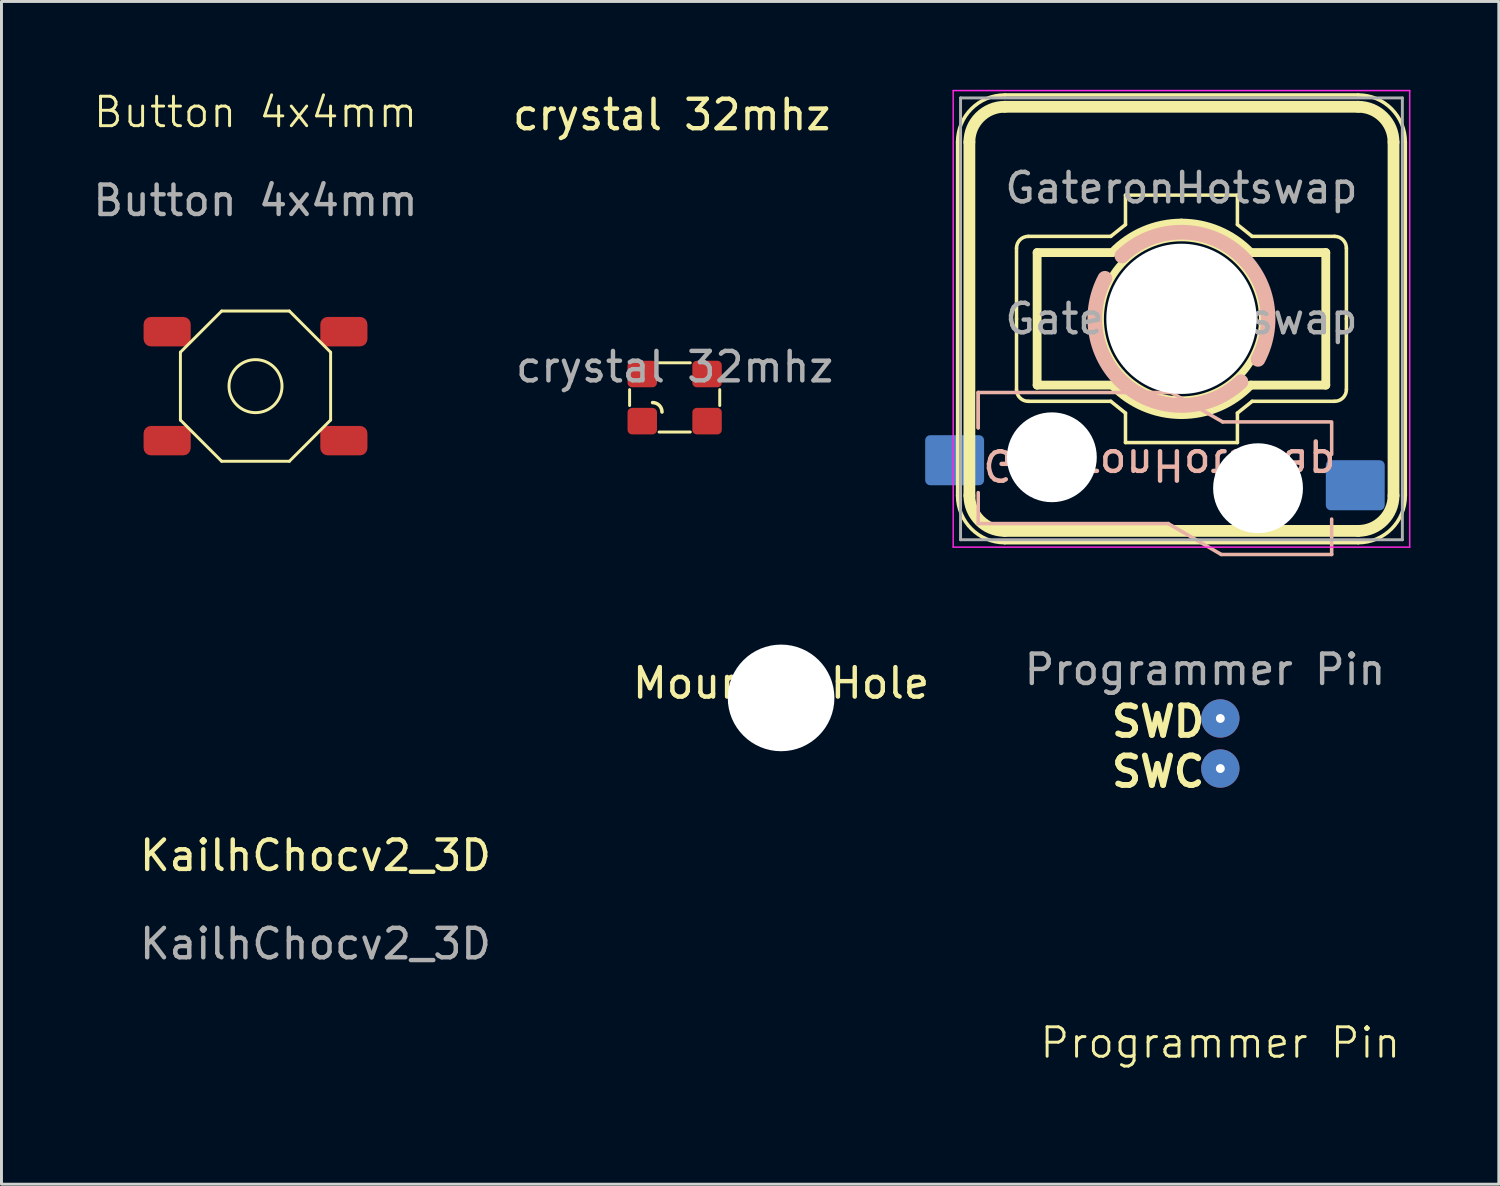
<source format=kicad_pcb>
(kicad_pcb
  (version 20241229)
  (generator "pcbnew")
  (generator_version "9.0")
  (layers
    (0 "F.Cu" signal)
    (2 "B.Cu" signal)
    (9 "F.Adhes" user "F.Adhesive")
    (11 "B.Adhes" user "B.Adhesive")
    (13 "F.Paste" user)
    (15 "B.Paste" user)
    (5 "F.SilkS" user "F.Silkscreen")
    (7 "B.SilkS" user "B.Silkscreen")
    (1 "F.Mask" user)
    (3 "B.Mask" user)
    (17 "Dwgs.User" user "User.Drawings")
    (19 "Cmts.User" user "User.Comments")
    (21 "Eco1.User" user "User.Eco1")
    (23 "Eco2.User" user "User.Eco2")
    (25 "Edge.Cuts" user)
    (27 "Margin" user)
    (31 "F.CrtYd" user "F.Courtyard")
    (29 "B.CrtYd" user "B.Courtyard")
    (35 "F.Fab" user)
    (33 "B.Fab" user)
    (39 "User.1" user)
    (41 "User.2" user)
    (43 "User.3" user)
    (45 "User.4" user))
  (footprint "GateronHotswap"
    (layer "F.Cu")
    (at 37.062 7.775)
    (property "Reference" "GateronHotswap" (at -0.75 4.95 180) (unlocked yes) (layer "B.SilkS") (effects (font (size 1 1) (thickness 0.15)) (justify mirror)))
    (attr smd)
    (fp_line (start -7.6 6) (end -7.6 -6) (stroke (width 0.12) (type solid)) (layer "F.SilkS"))
    (fp_line (start -7.2 6) (end -7.2 -6) (stroke (width 0.4) (type solid)) (layer "F.SilkS"))
    (fp_line (start -6 -7.6) (end 6 -7.6) (stroke (width 0.12) (type solid)) (layer "F.SilkS"))
    (fp_line (start -6 -7.2) (end 6 -7.2) (stroke (width 0.4) (type solid)) (layer "F.SilkS"))
    (fp_line (start -5.6 -2.4) (end -5.6 0) (stroke (width 0.12) (type solid)) (layer "F.SilkS"))
    (fp_line (start -5.6 2.4) (end -5.6 0) (stroke (width 0.12) (type solid)) (layer "F.SilkS"))
    (fp_line (start -4.9 -2.25) (end -2.347 -2.25) (stroke (width 0.3) (type solid)) (layer "F.SilkS"))
    (fp_line (start -4.9 -2.25) (end -4.9 2.25) (stroke (width 0.3) (type solid)) (layer "F.SilkS"))
    (fp_line (start -4.9 2.25) (end -2.347 2.25) (stroke (width 0.3) (type solid)) (layer "F.SilkS"))
    (fp_line (start -2.4 -2.8) (end -5.2 -2.8) (stroke (width 0.12) (type solid)) (layer "F.SilkS"))
    (fp_line (start -2.4 -2.8) (end -1.9 -3.2) (stroke (width 0.12) (type solid)) (layer "F.SilkS"))
    (fp_line (start -2.4 2.8) (end -5.2 2.8) (stroke (width 0.12) (type solid)) (layer "F.SilkS"))
    (fp_line (start -2.4 2.8) (end -1.9 3.2) (stroke (width 0.12) (type solid)) (layer "F.SilkS"))
    (fp_line (start -1.9 3.2) (end -1.9 4.2) (stroke (width 0.12) (type solid)) (layer "F.SilkS"))
    (fp_line (start -1.9 -4.2) (end 1.9 -4.2) (stroke (width 0.12) (type solid)) (layer "F.SilkS"))
    (fp_line (start -1.9 -3.2) (end -1.9 -4.2) (stroke (width 0.12) (type solid)) (layer "F.SilkS"))
    (fp_line (start 1.9 3.2) (end 1.9 4.2) (stroke (width 0.12) (type solid)) (layer "F.SilkS"))
    (fp_line (start 1.9 4.2) (end -1.9 4.2) (stroke (width 0.12) (type solid)) (layer "F.SilkS"))
    (fp_line (start 1.9 -3.2) (end 1.9 -4.2) (stroke (width 0.12) (type solid)) (layer "F.SilkS"))
    (fp_line (start 2.4 -2.8) (end 1.9 -3.2) (stroke (width 0.12) (type solid)) (layer "F.SilkS"))
    (fp_line (start 2.4 -2.8) (end 5.2 -2.8) (stroke (width 0.12) (type solid)) (layer "F.SilkS"))
    (fp_line (start 2.4 2.8) (end 1.9 3.2) (stroke (width 0.12) (type solid)) (layer "F.SilkS"))
    (fp_line (start 2.4 2.8) (end 5.2 2.8) (stroke (width 0.12) (type solid)) (layer "F.SilkS"))
    (fp_line (start 4.9 -2.25) (end 2.347 -2.25) (stroke (width 0.3) (type solid)) (layer "F.SilkS"))
    (fp_line (start 4.9 -2.25) (end 4.9 2.25) (stroke (width 0.3) (type solid)) (layer "F.SilkS"))
    (fp_line (start 4.9 2.25) (end 2.347 2.25) (stroke (width 0.3) (type solid)) (layer "F.SilkS"))
    (fp_line (start 5.6 -2.4) (end 5.6 0) (stroke (width 0.12) (type solid)) (layer "F.SilkS"))
    (fp_line (start 5.6 2.4) (end 5.6 0) (stroke (width 0.12) (type solid)) (layer "F.SilkS"))
    (fp_line (start 6 7.2) (end -6 7.2) (stroke (width 0.4) (type solid)) (layer "F.SilkS"))
    (fp_line (start 6 7.6) (end -6 7.6) (stroke (width 0.12) (type solid)) (layer "F.SilkS"))
    (fp_line (start 7.2 6) (end 7.2 -6) (stroke (width 0.4) (type solid)) (layer "F.SilkS"))
    (fp_line (start 7.6 6) (end 7.6 -6) (stroke (width 0.12) (type solid)) (layer "F.SilkS"))
    (fp_arc (start -7.6 -6.000006) (mid -7.131369 -7.131373) (end -6 -7.6) (stroke (width 0.12) (type solid)) (layer "F.SilkS"))
    (fp_arc (start -7.2 -6) (mid -6.848528 -6.848528) (end -6 -7.2) (stroke (width 0.4) (type solid)) (layer "F.SilkS"))
    (fp_arc (start -6.000006 7.6) (mid -7.131373 7.131369) (end -7.6 6) (stroke (width 0.12) (type solid)) (layer "F.SilkS"))
    (fp_arc (start -6 7.2) (mid -6.848528 6.848528) (end -7.2 6) (stroke (width 0.4) (type solid)) (layer "F.SilkS"))
    (fp_arc (start -5.599999 -2.4) (mid -5.482842 -2.682843) (end -5.199999 -2.8) (stroke (width 0.12) (type solid)) (layer "F.SilkS"))
    (fp_arc (start -5.199999 2.799999) (mid -5.482842 2.682842) (end -5.599999 2.399999) (stroke (width 0.12) (type solid)) (layer "F.SilkS"))
    (fp_arc (start -2.346551 -2.249823) (mid -1.275573 -2.990137) (end 0 -3.250847) (stroke (width 0.3) (type solid)) (layer "F.SilkS"))
    (fp_arc (start 0 -3.250847) (mid 1.275573 -2.990137) (end 2.346551 -2.249823) (stroke (width 0.3) (type solid)) (layer "F.SilkS"))
    (fp_arc (start 0 3.250847) (mid -1.275573 2.990137) (end -2.346551 2.249823) (stroke (width 0.3) (type solid)) (layer "F.SilkS"))
    (fp_arc (start 2.346551 2.249823) (mid 1.275573 2.990137) (end 0 3.250847) (stroke (width 0.3) (type solid)) (layer "F.SilkS"))
    (fp_arc (start 5.2 -2.799999) (mid 5.482843 -2.682842) (end 5.6 -2.399999) (stroke (width 0.12) (type solid)) (layer "F.SilkS"))
    (fp_arc (start 5.6 2.4) (mid 5.482843 2.682843) (end 5.2 2.8) (stroke (width 0.12) (type solid)) (layer "F.SilkS"))
    (fp_arc (start 6 -7.2) (mid 6.848528 -6.848528) (end 7.2 -6) (stroke (width 0.4) (type solid)) (layer "F.SilkS"))
    (fp_arc (start 6.000006 -7.6) (mid 7.131373 -7.131369) (end 7.6 -6) (stroke (width 0.12) (type solid)) (layer "F.SilkS"))
    (fp_arc (start 7.2 6) (mid 6.848528 6.848528) (end 6 7.2) (stroke (width 0.4) (type solid)) (layer "F.SilkS"))
    (fp_arc (start 7.6 6.000006) (mid 7.131369 7.131373) (end 6 7.6) (stroke (width 0.12) (type solid)) (layer "F.SilkS"))
    (fp_circle (center 0 0) (end 2.758 0) (stroke (width 0.25) (type solid)) (fill no) (layer "F.SilkS"))
    (fp_line (start -6.9 2.5) (end -6.9 3.7) (stroke (width 0.12) (type solid)) (layer "B.SilkS"))
    (fp_line (start -6.9 2.5) (end -0.35 2.5) (stroke (width 0.12) (type solid)) (layer "B.SilkS"))
    (fp_line (start -6.9 3.7) (end -6.9 2.5) (stroke (width 0.12) (type solid)) (layer "B.SilkS"))
    (fp_line (start -6.9 6.95) (end -6.9 5.9) (stroke (width 0.12) (type solid)) (layer "B.SilkS"))
    (fp_line (start -0.45 6.95) (end -6.9 6.95) (stroke (width 0.12) (type solid)) (layer "B.SilkS"))
    (fp_line (start -0.35 2.5) (end 1.4 3.5) (stroke (width 0.12) (type solid)) (layer "B.SilkS"))
    (fp_line (start 1.35 8) (end -0.45 6.95) (stroke (width 0.12) (type solid)) (layer "B.SilkS"))
    (fp_line (start 1.4 3.5) (end 5.1 3.5) (stroke (width 0.12) (type solid)) (layer "B.SilkS"))
    (fp_line (start 5.1 3.55) (end 5.1 4.6) (stroke (width 0.12) (type solid)) (layer "B.SilkS"))
    (fp_line (start 5.1 6.8) (end 5.1 8) (stroke (width 0.12) (type solid)) (layer "B.SilkS"))
    (fp_line (start 5.1 8) (end 1.35 8) (stroke (width 0.12) (type solid)) (layer "B.SilkS"))
    (fp_arc (start -2.021169 -2.136505) (mid 1.77975 -2.341424) (end 2.599465 1.375704) (stroke (width 0.5) (type solid)) (layer "B.SilkS"))
    (fp_arc (start 2.021175 2.136503) (mid -1.779744 2.341422) (end -2.599459 -1.375706) (stroke (width 0.5) (type solid)) (layer "B.SilkS"))
    (fp_line (start -7.25 -7.25) (end -7.25 7.25) (stroke (width 0.1) (type solid)) (layer "Eco1.User"))
    (fp_line (start -7.25 7.25) (end 7.25 7.25) (stroke (width 0.1) (type solid)) (layer "Eco1.User"))
    (fp_line (start 7.25 -7.25) (end -7.25 -7.25) (stroke (width 0.1) (type solid)) (layer "Eco1.User"))
    (fp_line (start 7.25 7.25) (end 7.25 -7.25) (stroke (width 0.1) (type solid)) (layer "Eco1.User"))
    (fp_line (start -7.75 -7.75) (end -7.75 7.75) (stroke (width 0.05) (type solid)) (layer "F.CrtYd"))
    (fp_line (start -7.75 7.75) (end 7.75 7.75) (stroke (width 0.05) (type solid)) (layer "F.CrtYd"))
    (fp_line (start 7.75 -7.75) (end -7.75 -7.75) (stroke (width 0.05) (type solid)) (layer "F.CrtYd"))
    (fp_line (start 7.75 7.75) (end 7.75 -7.75) (stroke (width 0.05) (type solid)) (layer "F.CrtYd"))
    (fp_line (start -7.5 -7.5) (end -7.5 7.5) (stroke (width 0.1) (type solid)) (layer "F.Fab"))
    (fp_line (start -7.5 7.5) (end 7.5 7.5) (stroke (width 0.1) (type solid)) (layer "F.Fab"))
    (fp_line (start 7.5 -7.5) (end -7.5 -7.5) (stroke (width 0.1) (type solid)) (layer "F.Fab"))
    (fp_line (start 7.5 7.5) (end 7.5 -7.5) (stroke (width 0.1) (type solid)) (layer "F.Fab"))
    (fp_text user "${REFERENCE}" (at 0 -4.445 0) (unlocked yes) (layer "F.Fab") (effects (font (size 1 1) (thickness 0.15))))
    (fp_text user "${REFERENCE}" (at 0.000006 -0.000002 0) (layer "F.Fab") (effects (font (size 1 1) (thickness 0.15))))
    (pad "" np_thru_hole circle (at -4.4 4.7 180) (size 3.05 3.05) (drill 3.05) (layers "*.Cu" "*.Mask"))
    (pad "" np_thru_hole circle (at 0 0 180) (size 5.1 5.1) (drill 5.1) (layers "*.Cu" "*.Mask"))
    (pad "" np_thru_hole circle (at 2.6 5.75) (size 3.05 3.05) (drill 3.05) (layers "*.Cu" "*.Mask"))
    (pad "1" smd roundrect (at 5.901 5.65 180) (size 2 1.7) (layers "B.Cu" "B.Mask" "B.Paste") (roundrect_rratio 0.1))
    (pad "2" smd roundrect (at -7.701 4.8) (size 2 1.7) (layers "B.Cu" "B.Mask" "B.Paste") (roundrect_rratio 0.1)))
  (footprint "crystal 32mhz"
    (layer "F.Cu")
    (at 19.856 10.448)
    (property "Reference" "crystal 32mhz" (at -0.1 -9.6 0) (unlocked yes) (layer "F.SilkS") (effects (font (size 1 1) (thickness 0.15))))
    (attr smd)
    (fp_line (start -1.53 0.27) (end -1.53 -0.27) (stroke (width 0.1) (type solid)) (layer "F.SilkS"))
    (fp_line (start 0.53 -1.18) (end -0.53 -1.18) (stroke (width 0.1) (type solid)) (layer "F.SilkS"))
    (fp_line (start 0.53 1.17) (end -0.53 1.17) (stroke (width 0.1) (type solid)) (layer "F.SilkS"))
    (fp_line (start 1.53 0.27) (end 1.53 -0.27) (stroke (width 0.1) (type solid)) (layer "F.SilkS"))
    (fp_arc (start -0.75 0.17) (mid -0.523726 0.263726) (end -0.43 0.49) (stroke (width 0.12) (type solid)) (layer "F.SilkS"))
    (fp_text user "${REFERENCE}" (at 0 -1.04 0) (unlocked yes) (layer "F.Fab") (effects (font (size 1 1) (thickness 0.15))))
    (pad "1" smd roundrect (at -1.1 0.8) (size 1 0.9) (layers "F.Cu" "F.Mask" "F.Paste") (roundrect_rratio 0.167))
    (pad "2" smd roundrect (at 1.1 0.8) (size 1 0.9) (layers "F.Cu" "F.Mask" "F.Paste") (roundrect_rratio 0.167))
    (pad "3" smd roundrect (at 1.1 -0.8) (size 1 0.9) (layers "F.Cu" "F.Mask" "F.Paste") (roundrect_rratio 0.167))
    (pad "4" smd roundrect (at -1.1 -0.8) (size 1 0.9) (layers "F.Cu" "F.Mask" "F.Paste") (roundrect_rratio 0.167)))
  (footprint "MountingHole"
    (layer "F.Cu")
    (at 23.469 20.645)
    (property "Reference" "MountingHole" (at 0 -0.5 0) (unlocked yes) (layer "F.SilkS") (effects (font (size 1 1) (thickness 0.15))))
    (attr through_hole)
    (pad "" np_thru_hole circle (at 0 0) (size 3.62 3.62) (drill 3.62) (layers "*.Cu" "*.Mask")))
  (footprint "Programmer Pin"
    (layer "F.Cu")
    (at 38.382 22.193)
    (property "Reference" "Programmer Pin" (at 0 10.16 0) (unlocked yes) (layer "F.SilkS") (effects (font (size 1 1) (thickness 0.1))))
    (attr smd)
    (fp_text user "SWC" (at -3.79 1.54 0) (unlocked yes) (layer "F.SilkS") (effects (font (size 1 1) (thickness 0.2) (bold yes)) (justify left bottom)))
    (fp_text user "SWD" (at -3.79 -0.16 0) (unlocked yes) (layer "F.SilkS") (effects (font (size 1 1) (thickness 0.2) (bold yes)) (justify left bottom)))
    (fp_text user "${REFERENCE}" (at -0.52 -2.51 0) (unlocked yes) (layer "F.Fab") (effects (font (size 1 1) (thickness 0.15))))
    (pad "1" thru_hole circle (at 0 -0.85) (size 1.3 1.3) (drill 0.3) (layers "*.Cu" "*.Mask"))
    (pad "2" thru_hole circle (at 0 0.85) (size 1.3 1.3) (drill 0.3) (layers "*.Cu" "*.Mask")))
  (footprint "KailhChocv2_3D"
    (layer "F.Cu")
    (at 7.661 26.496)
    (property "Reference" "KailhChocv2_3D" (at 0 -0.5 0) (unlocked yes) (layer "F.SilkS") (effects (font (size 1 1) (thickness 0.15))))
    (fp_line (start -7.601 -6.101) (end -7.601 6.099) (stroke (width 0.12) (type solid)) (layer "User.1"))
    (fp_line (start -6.101 -7.601) (end 6.099 -7.601) (stroke (width 0.12) (type solid)) (layer "User.1"))
    (fp_line (start 6.099 7.599) (end -6.101 7.599) (stroke (width 0.12) (type solid)) (layer "User.1"))
    (fp_line (start 7.599 -6.101) (end 7.599 6.099) (stroke (width 0.12) (type solid)) (layer "User.1"))
    (fp_arc (start -7.600541 -6.100706) (mid -7.161201 -7.161366) (end -6.100541 -7.600706) (stroke (width 0.12) (type solid)) (layer "User.1"))
    (fp_arc (start -6.100541 7.599294) (mid -7.161201 7.159954) (end -7.600541 6.099294) (stroke (width 0.12) (type solid)) (layer "User.1"))
    (fp_arc (start 6.099459 -7.600706) (mid 7.160119 -7.161366) (end 7.599459 -6.100706) (stroke (width 0.12) (type solid)) (layer "User.1"))
    (fp_arc (start 7.599459 6.099294) (mid 7.160116 7.159951) (end 6.099459 7.599294) (stroke (width 0.12) (type solid)) (layer "User.1"))
    (fp_circle (center -5.291 -5.25) (end -4.541 -5) (stroke (width 0.12) (type solid)) (fill no) (layer "User.1"))
    (fp_text user "${REFERENCE}" (at 0 2.5 0) (unlocked yes) (layer "F.Fab") (effects (font (size 1 1) (thickness 0.15)))))
  (footprint "Button 4x4mm"
    (layer "F.Cu")
    (at 5.625 10.06)
    (property "Reference" "Button 4x4mm" (at 0 -9.3 0) (unlocked yes) (layer "F.SilkS") (effects (font (size 1 1) (thickness 0.1))))
    (attr smd)
    (fp_line (start -2.55 1.15) (end -2.55 -1.15) (stroke (width 0.1) (type default)) (layer "F.SilkS"))
    (fp_line (start -1.15 -2.55) (end -2.55 -1.15) (stroke (width 0.1) (type default)) (layer "F.SilkS"))
    (fp_line (start -1.15 -2.55) (end 1.15 -2.55) (stroke (width 0.1) (type default)) (layer "F.SilkS"))
    (fp_line (start -1.15 2.55) (end -2.55 1.15) (stroke (width 0.1) (type default)) (layer "F.SilkS"))
    (fp_line (start 1.15 -2.55) (end 2.55 -1.15) (stroke (width 0.1) (type default)) (layer "F.SilkS"))
    (fp_line (start 1.15 2.55) (end -1.15 2.55) (stroke (width 0.1) (type default)) (layer "F.SilkS"))
    (fp_line (start 1.15 2.55) (end 2.55 1.15) (stroke (width 0.1) (type default)) (layer "F.SilkS"))
    (fp_line (start 2.55 -1.15) (end 2.55 1.15) (stroke (width 0.1) (type default)) (layer "F.SilkS"))
    (fp_circle (center 0 0) (end 0.9 0) (stroke (width 0.1) (type default)) (fill no) (layer "F.SilkS"))
    (fp_text user "${REFERENCE}" (at 0 -6.3 0) (unlocked yes) (layer "F.Fab") (effects (font (size 1 1) (thickness 0.15))))
    (pad "1" smd roundrect (at -3 -1.85) (size 1.6 1) (layers "F.Cu" "F.Mask" "F.Paste") (roundrect_rratio 0.25))
    (pad "1" smd roundrect (at 3 -1.85) (size 1.6 1) (layers "F.Cu" "F.Mask" "F.Paste") (roundrect_rratio 0.25))
    (pad "2" smd roundrect (at -3 1.85) (size 1.6 1) (layers "F.Cu" "F.Mask" "F.Paste") (roundrect_rratio 0.25))
    (pad "2" smd roundrect (at 3 1.85) (size 1.6 1) (layers "F.Cu" "F.Mask" "F.Paste") (roundrect_rratio 0.25)))
  (gr_rect
    (start -3 -3)
    (end 47.837 37.155)
    (stroke (width 0.1) (type default))
    (fill no)
    (layer "Edge.Cuts")))
</source>
